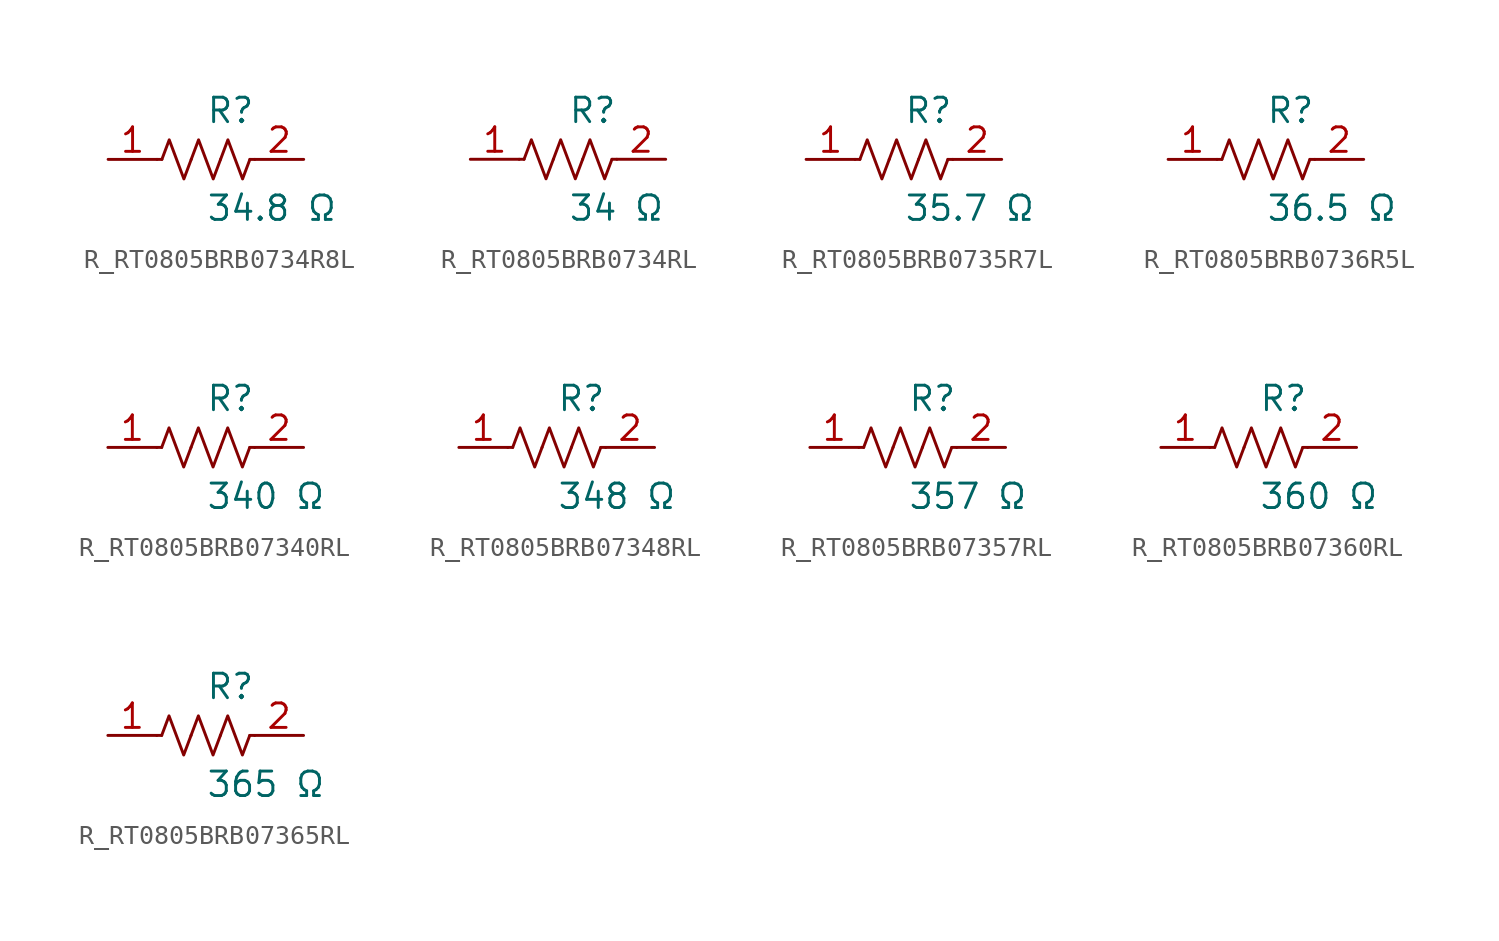
<source format=kicad_sym>
(kicad_symbol_lib
  (version 20231120)
  (generator kicad_symbol_editor)
  (generator_version 8.0)
  (symbol "R_RT0805BRB0734R8L"
    (pin_names
      (offset 0.254))
    (property "Reference" "R"
      (at 0.0 2.54 0)
      (effects (font (size 1.27 1.27)) (justify left)))
    (property "Value" "34.8 Ω"
      (at 0.0 -2.54 0)
      (effects (font (size 1.27 1.27)) (justify left)))
    (symbol "R_RT0805BRB0734R8L_0_1"
      (polyline (pts (xy 2.286 0) (xy 2.54 0)) (stroke (width 0) (type default)) (fill (type none)))
      (polyline (pts (xy -2.286 0) (xy -2.54 0)) (stroke (width 0) (type default)) (fill (type none)))
      (polyline (pts (xy 0.762 0) (xy 1.143 1.016) (xy 1.524 0) (xy 1.905 -1.016) (xy 2.286 0)) (stroke (width 0) (type default)) (fill (type none)))
      (polyline (pts (xy -0.762 0) (xy -0.381 1.016) (xy 0 0) (xy 0.381 -1.016) (xy 0.762 0)) (stroke (width 0) (type default)) (fill (type none)))
      (polyline (pts (xy -2.286 0) (xy -1.905 1.016) (xy -1.524 0) (xy -1.143 -1.016) (xy -0.762 0)) (stroke (width 0) (type default)) (fill (type none))))
    (pin unspecified line
      (at -5.08 0 0)
      (length 2.54)
      (name "" (effects (font (size 1.27 1.27))))
      (number "1" (effects (font (size 1.27 1.27)))))
    (pin unspecified line
      (at 5.08 0 180)
      (length 2.54)
      (name "" (effects (font (size 1.27 1.27))))
      (number "2" (effects (font (size 1.27 1.27))))))
  (symbol "R_RT0805BRB0734RL"
    (pin_names
      (offset 0.254))
    (property "Reference" "R"
      (at 0.0 2.54 0)
      (effects (font (size 1.27 1.27)) (justify left)))
    (property "Value" "34 Ω"
      (at 0.0 -2.54 0)
      (effects (font (size 1.27 1.27)) (justify left)))
    (symbol "R_RT0805BRB0734RL_0_1"
      (polyline (pts (xy 2.286 0) (xy 2.54 0)) (stroke (width 0) (type default)) (fill (type none)))
      (polyline (pts (xy -2.286 0) (xy -2.54 0)) (stroke (width 0) (type default)) (fill (type none)))
      (polyline (pts (xy 0.762 0) (xy 1.143 1.016) (xy 1.524 0) (xy 1.905 -1.016) (xy 2.286 0)) (stroke (width 0) (type default)) (fill (type none)))
      (polyline (pts (xy -0.762 0) (xy -0.381 1.016) (xy 0 0) (xy 0.381 -1.016) (xy 0.762 0)) (stroke (width 0) (type default)) (fill (type none)))
      (polyline (pts (xy -2.286 0) (xy -1.905 1.016) (xy -1.524 0) (xy -1.143 -1.016) (xy -0.762 0)) (stroke (width 0) (type default)) (fill (type none))))
    (pin unspecified line
      (at -5.08 0 0)
      (length 2.54)
      (name "" (effects (font (size 1.27 1.27))))
      (number "1" (effects (font (size 1.27 1.27)))))
    (pin unspecified line
      (at 5.08 0 180)
      (length 2.54)
      (name "" (effects (font (size 1.27 1.27))))
      (number "2" (effects (font (size 1.27 1.27))))))
  (symbol "R_RT0805BRB0735R7L"
    (pin_names
      (offset 0.254))
    (property "Reference" "R"
      (at 0.0 2.54 0)
      (effects (font (size 1.27 1.27)) (justify left)))
    (property "Value" "35.7 Ω"
      (at 0.0 -2.54 0)
      (effects (font (size 1.27 1.27)) (justify left)))
    (symbol "R_RT0805BRB0735R7L_0_1"
      (polyline (pts (xy 2.286 0) (xy 2.54 0)) (stroke (width 0) (type default)) (fill (type none)))
      (polyline (pts (xy -2.286 0) (xy -2.54 0)) (stroke (width 0) (type default)) (fill (type none)))
      (polyline (pts (xy 0.762 0) (xy 1.143 1.016) (xy 1.524 0) (xy 1.905 -1.016) (xy 2.286 0)) (stroke (width 0) (type default)) (fill (type none)))
      (polyline (pts (xy -0.762 0) (xy -0.381 1.016) (xy 0 0) (xy 0.381 -1.016) (xy 0.762 0)) (stroke (width 0) (type default)) (fill (type none)))
      (polyline (pts (xy -2.286 0) (xy -1.905 1.016) (xy -1.524 0) (xy -1.143 -1.016) (xy -0.762 0)) (stroke (width 0) (type default)) (fill (type none))))
    (pin unspecified line
      (at -5.08 0 0)
      (length 2.54)
      (name "" (effects (font (size 1.27 1.27))))
      (number "1" (effects (font (size 1.27 1.27)))))
    (pin unspecified line
      (at 5.08 0 180)
      (length 2.54)
      (name "" (effects (font (size 1.27 1.27))))
      (number "2" (effects (font (size 1.27 1.27))))))
  (symbol "R_RT0805BRB0736R5L"
    (pin_names
      (offset 0.254))
    (property "Reference" "R"
      (at 0.0 2.54 0)
      (effects (font (size 1.27 1.27)) (justify left)))
    (property "Value" "36.5 Ω"
      (at 0.0 -2.54 0)
      (effects (font (size 1.27 1.27)) (justify left)))
    (symbol "R_RT0805BRB0736R5L_0_1"
      (polyline (pts (xy 2.286 0) (xy 2.54 0)) (stroke (width 0) (type default)) (fill (type none)))
      (polyline (pts (xy -2.286 0) (xy -2.54 0)) (stroke (width 0) (type default)) (fill (type none)))
      (polyline (pts (xy 0.762 0) (xy 1.143 1.016) (xy 1.524 0) (xy 1.905 -1.016) (xy 2.286 0)) (stroke (width 0) (type default)) (fill (type none)))
      (polyline (pts (xy -0.762 0) (xy -0.381 1.016) (xy 0 0) (xy 0.381 -1.016) (xy 0.762 0)) (stroke (width 0) (type default)) (fill (type none)))
      (polyline (pts (xy -2.286 0) (xy -1.905 1.016) (xy -1.524 0) (xy -1.143 -1.016) (xy -0.762 0)) (stroke (width 0) (type default)) (fill (type none))))
    (pin unspecified line
      (at -5.08 0 0)
      (length 2.54)
      (name "" (effects (font (size 1.27 1.27))))
      (number "1" (effects (font (size 1.27 1.27)))))
    (pin unspecified line
      (at 5.08 0 180)
      (length 2.54)
      (name "" (effects (font (size 1.27 1.27))))
      (number "2" (effects (font (size 1.27 1.27))))))
  (symbol "R_RT0805BRB07340RL"
    (pin_names
      (offset 0.254))
    (property "Reference" "R"
      (at 0.0 2.54 0)
      (effects (font (size 1.27 1.27)) (justify left)))
    (property "Value" "340 Ω"
      (at 0.0 -2.54 0)
      (effects (font (size 1.27 1.27)) (justify left)))
    (symbol "R_RT0805BRB07340RL_0_1"
      (polyline (pts (xy 2.286 0) (xy 2.54 0)) (stroke (width 0) (type default)) (fill (type none)))
      (polyline (pts (xy -2.286 0) (xy -2.54 0)) (stroke (width 0) (type default)) (fill (type none)))
      (polyline (pts (xy 0.762 0) (xy 1.143 1.016) (xy 1.524 0) (xy 1.905 -1.016) (xy 2.286 0)) (stroke (width 0) (type default)) (fill (type none)))
      (polyline (pts (xy -0.762 0) (xy -0.381 1.016) (xy 0 0) (xy 0.381 -1.016) (xy 0.762 0)) (stroke (width 0) (type default)) (fill (type none)))
      (polyline (pts (xy -2.286 0) (xy -1.905 1.016) (xy -1.524 0) (xy -1.143 -1.016) (xy -0.762 0)) (stroke (width 0) (type default)) (fill (type none))))
    (pin unspecified line
      (at -5.08 0 0)
      (length 2.54)
      (name "" (effects (font (size 1.27 1.27))))
      (number "1" (effects (font (size 1.27 1.27)))))
    (pin unspecified line
      (at 5.08 0 180)
      (length 2.54)
      (name "" (effects (font (size 1.27 1.27))))
      (number "2" (effects (font (size 1.27 1.27))))))
  (symbol "R_RT0805BRB07348RL"
    (pin_names
      (offset 0.254))
    (property "Reference" "R"
      (at 0.0 2.54 0)
      (effects (font (size 1.27 1.27)) (justify left)))
    (property "Value" "348 Ω"
      (at 0.0 -2.54 0)
      (effects (font (size 1.27 1.27)) (justify left)))
    (symbol "R_RT0805BRB07348RL_0_1"
      (polyline (pts (xy 2.286 0) (xy 2.54 0)) (stroke (width 0) (type default)) (fill (type none)))
      (polyline (pts (xy -2.286 0) (xy -2.54 0)) (stroke (width 0) (type default)) (fill (type none)))
      (polyline (pts (xy 0.762 0) (xy 1.143 1.016) (xy 1.524 0) (xy 1.905 -1.016) (xy 2.286 0)) (stroke (width 0) (type default)) (fill (type none)))
      (polyline (pts (xy -0.762 0) (xy -0.381 1.016) (xy 0 0) (xy 0.381 -1.016) (xy 0.762 0)) (stroke (width 0) (type default)) (fill (type none)))
      (polyline (pts (xy -2.286 0) (xy -1.905 1.016) (xy -1.524 0) (xy -1.143 -1.016) (xy -0.762 0)) (stroke (width 0) (type default)) (fill (type none))))
    (pin unspecified line
      (at -5.08 0 0)
      (length 2.54)
      (name "" (effects (font (size 1.27 1.27))))
      (number "1" (effects (font (size 1.27 1.27)))))
    (pin unspecified line
      (at 5.08 0 180)
      (length 2.54)
      (name "" (effects (font (size 1.27 1.27))))
      (number "2" (effects (font (size 1.27 1.27))))))
  (symbol "R_RT0805BRB07357RL"
    (pin_names
      (offset 0.254))
    (property "Reference" "R"
      (at 0.0 2.54 0)
      (effects (font (size 1.27 1.27)) (justify left)))
    (property "Value" "357 Ω"
      (at 0.0 -2.54 0)
      (effects (font (size 1.27 1.27)) (justify left)))
    (symbol "R_RT0805BRB07357RL_0_1"
      (polyline (pts (xy 2.286 0) (xy 2.54 0)) (stroke (width 0) (type default)) (fill (type none)))
      (polyline (pts (xy -2.286 0) (xy -2.54 0)) (stroke (width 0) (type default)) (fill (type none)))
      (polyline (pts (xy 0.762 0) (xy 1.143 1.016) (xy 1.524 0) (xy 1.905 -1.016) (xy 2.286 0)) (stroke (width 0) (type default)) (fill (type none)))
      (polyline (pts (xy -0.762 0) (xy -0.381 1.016) (xy 0 0) (xy 0.381 -1.016) (xy 0.762 0)) (stroke (width 0) (type default)) (fill (type none)))
      (polyline (pts (xy -2.286 0) (xy -1.905 1.016) (xy -1.524 0) (xy -1.143 -1.016) (xy -0.762 0)) (stroke (width 0) (type default)) (fill (type none))))
    (pin unspecified line
      (at -5.08 0 0)
      (length 2.54)
      (name "" (effects (font (size 1.27 1.27))))
      (number "1" (effects (font (size 1.27 1.27)))))
    (pin unspecified line
      (at 5.08 0 180)
      (length 2.54)
      (name "" (effects (font (size 1.27 1.27))))
      (number "2" (effects (font (size 1.27 1.27))))))
  (symbol "R_RT0805BRB07360RL"
    (pin_names
      (offset 0.254))
    (property "Reference" "R"
      (at 0.0 2.54 0)
      (effects (font (size 1.27 1.27)) (justify left)))
    (property "Value" "360 Ω"
      (at 0.0 -2.54 0)
      (effects (font (size 1.27 1.27)) (justify left)))
    (symbol "R_RT0805BRB07360RL_0_1"
      (polyline (pts (xy 2.286 0) (xy 2.54 0)) (stroke (width 0) (type default)) (fill (type none)))
      (polyline (pts (xy -2.286 0) (xy -2.54 0)) (stroke (width 0) (type default)) (fill (type none)))
      (polyline (pts (xy 0.762 0) (xy 1.143 1.016) (xy 1.524 0) (xy 1.905 -1.016) (xy 2.286 0)) (stroke (width 0) (type default)) (fill (type none)))
      (polyline (pts (xy -0.762 0) (xy -0.381 1.016) (xy 0 0) (xy 0.381 -1.016) (xy 0.762 0)) (stroke (width 0) (type default)) (fill (type none)))
      (polyline (pts (xy -2.286 0) (xy -1.905 1.016) (xy -1.524 0) (xy -1.143 -1.016) (xy -0.762 0)) (stroke (width 0) (type default)) (fill (type none))))
    (pin unspecified line
      (at -5.08 0 0)
      (length 2.54)
      (name "" (effects (font (size 1.27 1.27))))
      (number "1" (effects (font (size 1.27 1.27)))))
    (pin unspecified line
      (at 5.08 0 180)
      (length 2.54)
      (name "" (effects (font (size 1.27 1.27))))
      (number "2" (effects (font (size 1.27 1.27))))))
  (symbol "R_RT0805BRB07365RL"
    (pin_names
      (offset 0.254))
    (property "Reference" "R"
      (at 0.0 2.54 0)
      (effects (font (size 1.27 1.27)) (justify left)))
    (property "Value" "365 Ω"
      (at 0.0 -2.54 0)
      (effects (font (size 1.27 1.27)) (justify left)))
    (symbol "R_RT0805BRB07365RL_0_1"
      (polyline (pts (xy 2.286 0) (xy 2.54 0)) (stroke (width 0) (type default)) (fill (type none)))
      (polyline (pts (xy -2.286 0) (xy -2.54 0)) (stroke (width 0) (type default)) (fill (type none)))
      (polyline (pts (xy 0.762 0) (xy 1.143 1.016) (xy 1.524 0) (xy 1.905 -1.016) (xy 2.286 0)) (stroke (width 0) (type default)) (fill (type none)))
      (polyline (pts (xy -0.762 0) (xy -0.381 1.016) (xy 0 0) (xy 0.381 -1.016) (xy 0.762 0)) (stroke (width 0) (type default)) (fill (type none)))
      (polyline (pts (xy -2.286 0) (xy -1.905 1.016) (xy -1.524 0) (xy -1.143 -1.016) (xy -0.762 0)) (stroke (width 0) (type default)) (fill (type none))))
    (pin unspecified line
      (at -5.08 0 0)
      (length 2.54)
      (name "" (effects (font (size 1.27 1.27))))
      (number "1" (effects (font (size 1.27 1.27)))))
    (pin unspecified line
      (at 5.08 0 180)
      (length 2.54)
      (name "" (effects (font (size 1.27 1.27))))
      (number "2" (effects (font (size 1.27 1.27)))))))
</source>
